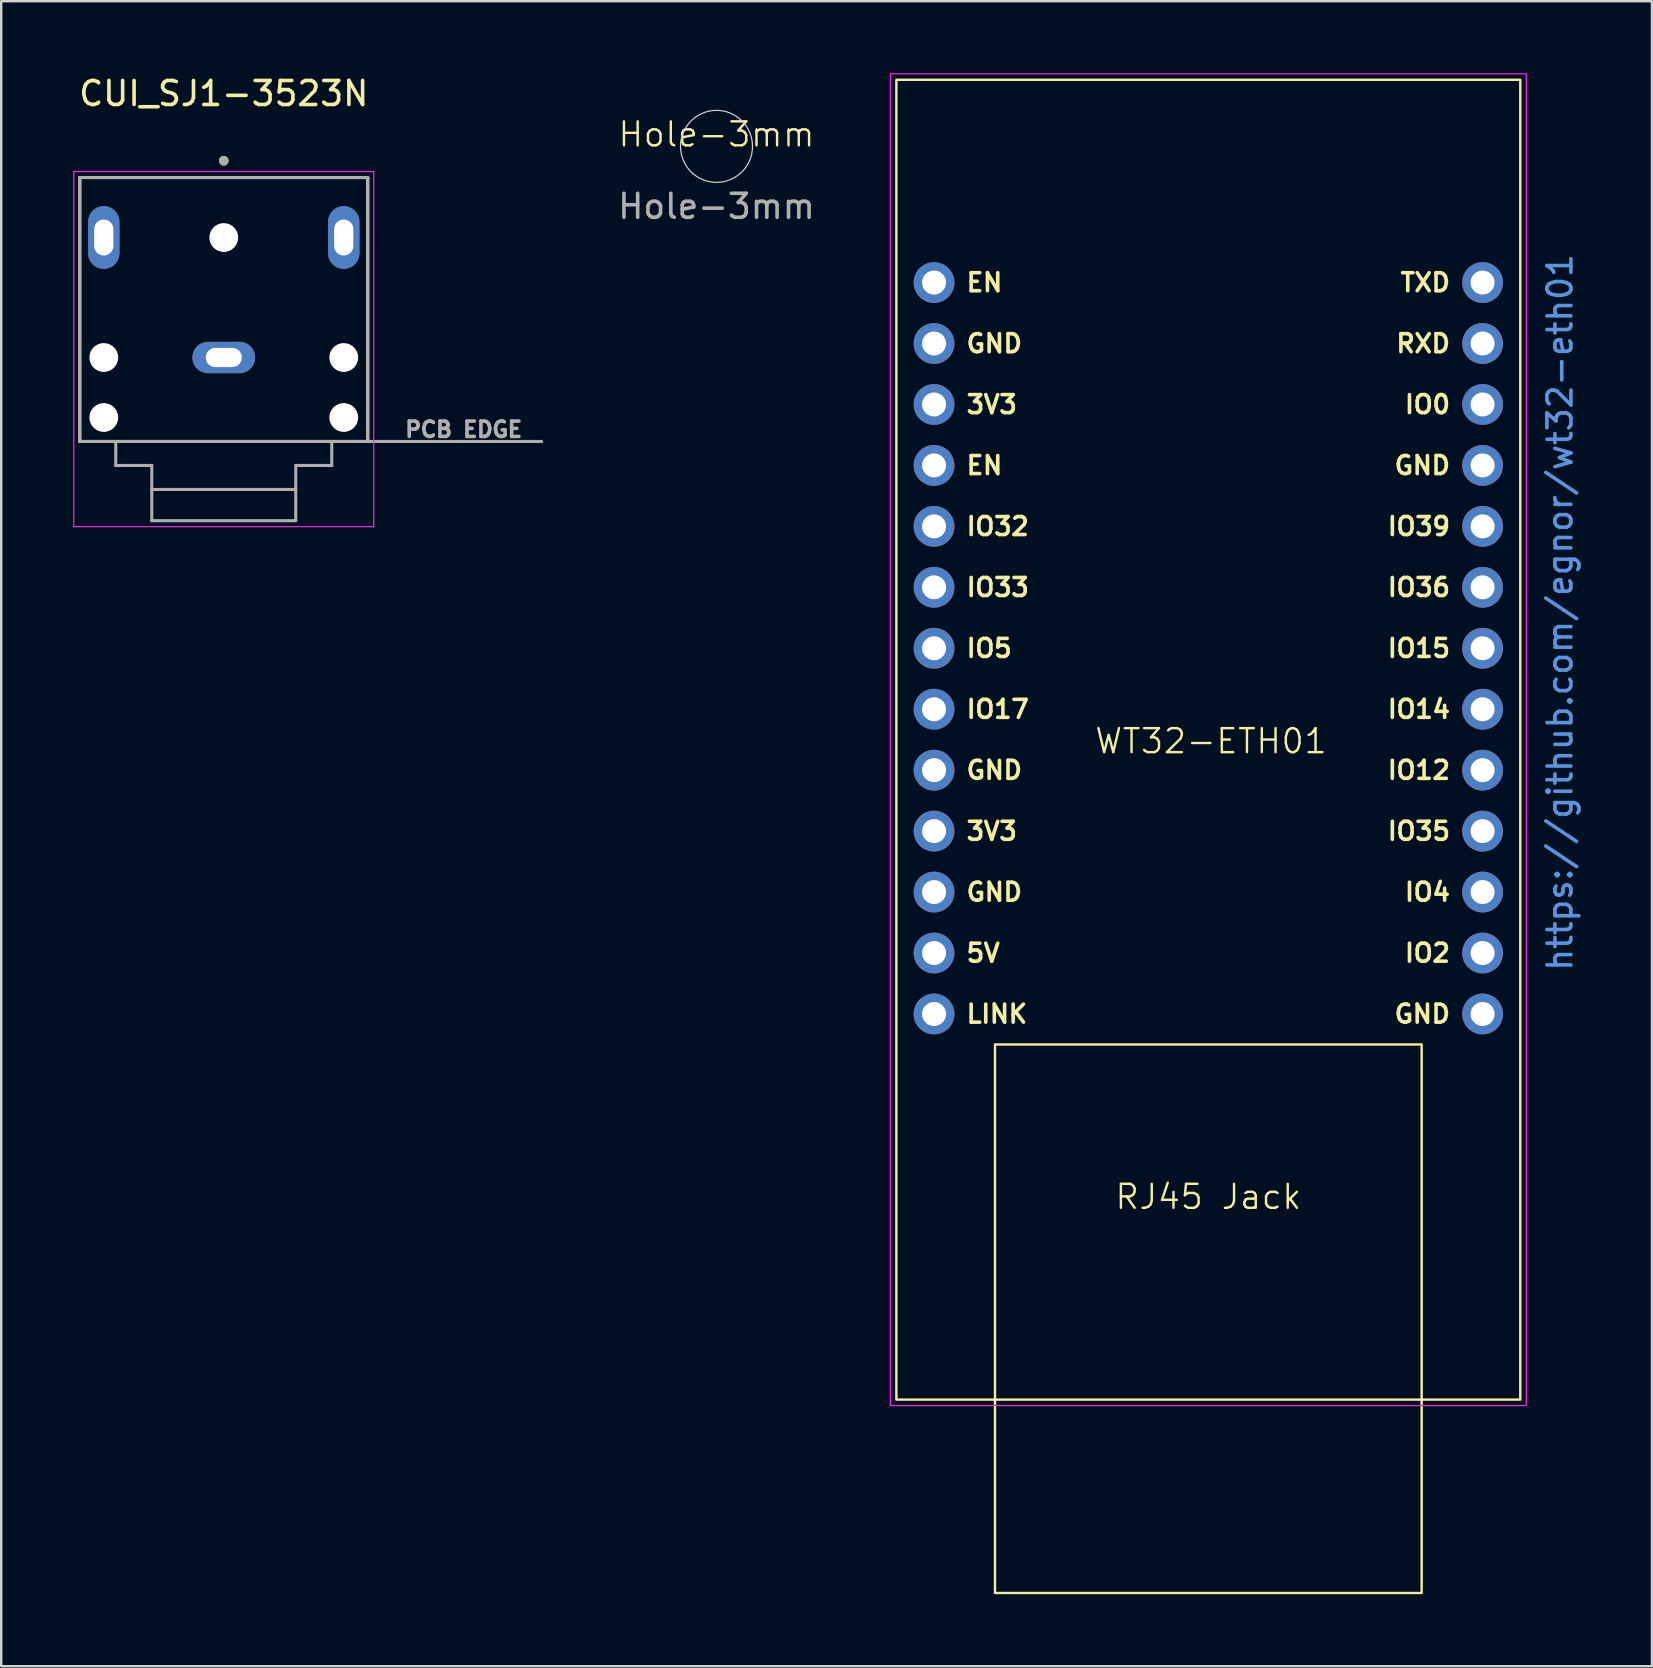
<source format=kicad_pcb>
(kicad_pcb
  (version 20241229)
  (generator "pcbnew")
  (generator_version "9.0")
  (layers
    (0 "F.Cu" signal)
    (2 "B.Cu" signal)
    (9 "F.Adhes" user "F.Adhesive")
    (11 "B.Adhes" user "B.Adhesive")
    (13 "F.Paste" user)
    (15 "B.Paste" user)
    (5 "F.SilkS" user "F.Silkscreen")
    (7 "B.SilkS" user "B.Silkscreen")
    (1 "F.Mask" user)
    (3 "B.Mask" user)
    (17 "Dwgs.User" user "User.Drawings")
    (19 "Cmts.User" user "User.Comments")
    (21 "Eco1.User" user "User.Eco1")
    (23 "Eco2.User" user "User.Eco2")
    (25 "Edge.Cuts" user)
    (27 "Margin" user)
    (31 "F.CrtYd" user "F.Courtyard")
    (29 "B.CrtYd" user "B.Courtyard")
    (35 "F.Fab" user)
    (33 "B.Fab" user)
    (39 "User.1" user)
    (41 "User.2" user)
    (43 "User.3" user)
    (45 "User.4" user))
  (footprint "CUI_SJ1-3523N"
    (layer "F.Cu")
    (at 6.275 11.848)
    (property "Reference" "CUI_SJ1-3523N" (at 0 -11 0) (layer "F.SilkS") (effects (font (size 1 1) (thickness 0.15))))
    (attr through_hole)
    (fp_line (start -6 -7.5) (end -6 3.5) (stroke (width 0.127) (type solid)) (layer "F.SilkS"))
    (fp_line (start -6 -7.5) (end 6 -7.5) (stroke (width 0.127) (type solid)) (layer "F.SilkS"))
    (fp_line (start -6 3.5) (end 6 3.5) (stroke (width 0.127) (type solid)) (layer "F.SilkS"))
    (fp_line (start 6 -7.5) (end 6 3.5) (stroke (width 0.127) (type solid)) (layer "F.SilkS"))
    (fp_circle (center 0 -8.2) (end 0.1 -8.2) (stroke (width 0.2) (type solid)) (fill no) (layer "F.SilkS"))
    (fp_line (start -6.25 -7.75) (end -6.25 7.05) (stroke (width 0.05) (type solid)) (layer "F.CrtYd"))
    (fp_line (start -6.25 7.05) (end 6.25 7.05) (stroke (width 0.05) (type solid)) (layer "F.CrtYd"))
    (fp_line (start 6.25 -7.75) (end -6.25 -7.75) (stroke (width 0.05) (type solid)) (layer "F.CrtYd"))
    (fp_line (start 6.25 7.05) (end 6.25 -7.75) (stroke (width 0.05) (type solid)) (layer "F.CrtYd"))
    (fp_line (start -6 -7.5) (end -6 3.5) (stroke (width 0.127) (type solid)) (layer "F.Fab"))
    (fp_line (start -6 -7.5) (end 6 -7.5) (stroke (width 0.127) (type solid)) (layer "F.Fab"))
    (fp_line (start -6 3.5) (end -4.5 3.5) (stroke (width 0.127) (type solid)) (layer "F.Fab"))
    (fp_line (start -4.5 3.5) (end -4.5 4.5) (stroke (width 0.127) (type solid)) (layer "F.Fab"))
    (fp_line (start -4.5 3.5) (end 4.5 3.5) (stroke (width 0.127) (type solid)) (layer "F.Fab"))
    (fp_line (start -4.5 4.5) (end -3 4.5) (stroke (width 0.127) (type solid)) (layer "F.Fab"))
    (fp_line (start -3 4.5) (end -3 5.5) (stroke (width 0.127) (type solid)) (layer "F.Fab"))
    (fp_line (start -3 5.5) (end -3 6.8) (stroke (width 0.127) (type solid)) (layer "F.Fab"))
    (fp_line (start -3 5.5) (end 3 5.5) (stroke (width 0.127) (type solid)) (layer "F.Fab"))
    (fp_line (start -3 6.8) (end 3 6.8) (stroke (width 0.127) (type solid)) (layer "F.Fab"))
    (fp_line (start 3 4.5) (end 4.5 4.5) (stroke (width 0.127) (type solid)) (layer "F.Fab"))
    (fp_line (start 3 5.5) (end 3 4.5) (stroke (width 0.127) (type solid)) (layer "F.Fab"))
    (fp_line (start 3 6.8) (end 3 5.5) (stroke (width 0.127) (type solid)) (layer "F.Fab"))
    (fp_line (start 4.5 3.5) (end 6 3.5) (stroke (width 0.127) (type solid)) (layer "F.Fab"))
    (fp_line (start 4.5 4.5) (end 4.5 3.5) (stroke (width 0.127) (type solid)) (layer "F.Fab"))
    (fp_line (start 6 -7.5) (end 6 3.5) (stroke (width 0.127) (type solid)) (layer "F.Fab"))
    (fp_line (start 6 3.5) (end 13.25 3.5) (stroke (width 0.127) (type solid)) (layer "F.Fab"))
    (fp_circle (center 0 -8.2) (end 0.1 -8.2) (stroke (width 0.2) (type solid)) (fill no) (layer "F.Fab"))
    (fp_text user "PCB EDGE" (at 10 3 0) (layer "F.Fab") (effects (font (size 0.64 0.64) (thickness 0.15))))
    (pad "" np_thru_hole circle (at -5 0) (size 1.2 1.2) (drill 1.2) (layers "*.Cu" "*.Mask"))
    (pad "" np_thru_hole circle (at -5 2.5) (size 1.2 1.2) (drill 1.2) (layers "*.Cu" "*.Mask"))
    (pad "" np_thru_hole circle (at 0 -5) (size 1.2 1.2) (drill 1.2) (layers "*.Cu" "*.Mask"))
    (pad "" np_thru_hole circle (at 5 0) (size 1.2 1.2) (drill 1.2) (layers "*.Cu" "*.Mask"))
    (pad "" np_thru_hole circle (at 5 2.5) (size 1.2 1.2) (drill 1.2) (layers "*.Cu" "*.Mask"))
    (pad "1" thru_hole oval (at 0 0) (size 2.616 1.308) (drill oval 1.5 0.8) (layers "*.Cu" "*.Mask"))
    (pad "2" thru_hole oval (at 5 -5) (size 1.308 2.616) (drill oval 0.8 1.5) (layers "*.Cu" "*.Mask"))
    (pad "3" thru_hole oval (at -5 -5) (size 1.308 2.616) (drill oval 0.8 1.5) (layers "*.Cu" "*.Mask")))
  (footprint "Hole-3mm"
    (layer "F.Cu")
    (at 26.809 3.05)
    (property "Reference" "Hole-3mm" (at 0 -0.5 0) (unlocked yes) (layer "F.SilkS") (effects (font (size 1 1) (thickness 0.1))))
    (attr smd)
    (fp_circle (center 0 0) (end 1.5 0) (stroke (width 0.05) (type solid)) (fill no) (layer "Edge.Cuts"))
    (fp_circle (center 0 0) (end 3 0) (stroke (width 0.1) (type solid)) (fill no) (layer "Margin"))
    (fp_text user "${REFERENCE}" (at 0 2.5 0) (unlocked yes) (layer "F.Fab") (effects (font (size 1 1) (thickness 0.15)))))
  (footprint "WT32-ETH01"
    (layer "F.Cu")
    (at 47.304 27.335)
    (property "Reference" "WT32-ETH01" (at 0.11 0.5 0) (unlocked yes) (layer "F.SilkS") (effects (font (size 1 1) (thickness 0.1))))
    (attr smd)
    (fp_rect (start -13 -27.06) (end 13 27.94) (stroke (width 0.1) (type default)) (fill no) (layer "F.SilkS"))
    (fp_rect (start -8.89 13.14) (end 8.89 36) (stroke (width 0.1) (type default)) (fill no) (layer "F.SilkS"))
    (fp_rect (start -13.25 -27.31) (end 13.25 28.19) (stroke (width 0.05) (type default)) (fill no) (layer "F.CrtYd"))
    (fp_text user "TXD" (at 10.16 -18.61 0) (unlocked yes) (layer "F.SilkS") (effects (font (size 0.75 0.75) (thickness 0.15) (bold yes)) (justify right)))
    (fp_text user "GND" (at 10.16 -10.99 0) (unlocked yes) (layer "F.SilkS") (effects (font (size 0.75 0.75) (thickness 0.15) (bold yes)) (justify right)))
    (fp_text user "IO17" (at -10.16 -0.83 0) (unlocked yes) (layer "F.SilkS") (effects (font (size 0.75 0.75) (thickness 0.15) (bold yes)) (justify left)))
    (fp_text user "IO4" (at 10.16 6.79 0) (unlocked yes) (layer "F.SilkS") (effects (font (size 0.75 0.75) (thickness 0.15) (bold yes)) (justify right)))
    (fp_text user "IO0" (at 10.16 -13.53 0) (unlocked yes) (layer "F.SilkS") (effects (font (size 0.75 0.75) (thickness 0.15) (bold yes)) (justify right)))
    (fp_text user "LINK" (at -10.16 11.87 0) (unlocked yes) (layer "F.SilkS") (effects (font (size 0.75 0.75) (thickness 0.15) (bold yes)) (justify left)))
    (fp_text user "RXD" (at 10.16 -16.07 0) (unlocked yes) (layer "F.SilkS") (effects (font (size 0.75 0.75) (thickness 0.15) (bold yes)) (justify right)))
    (fp_text user "IO5" (at -10.16 -3.37 0) (unlocked yes) (layer "F.SilkS") (effects (font (size 0.75 0.75) (thickness 0.15) (bold yes)) (justify left)))
    (fp_text user "IO33" (at -10.16 -5.91 0) (unlocked yes) (layer "F.SilkS") (effects (font (size 0.75 0.75) (thickness 0.15) (bold yes)) (justify left)))
    (fp_text user "GND" (at 10.16 11.87 0) (unlocked yes) (layer "F.SilkS") (effects (font (size 0.75 0.75) (thickness 0.15) (bold yes)) (justify right)))
    (fp_text user "IO2" (at 10.16 9.33 0) (unlocked yes) (layer "F.SilkS") (effects (font (size 0.75 0.75) (thickness 0.15) (bold yes)) (justify right)))
    (fp_text user "GND" (at -10.16 1.71 0) (unlocked yes) (layer "F.SilkS") (effects (font (size 0.75 0.75) (thickness 0.15) (bold yes)) (justify left)))
    (fp_text user "IO12" (at 10.16 1.71 0) (unlocked yes) (layer "F.SilkS") (effects (font (size 0.75 0.75) (thickness 0.15) (bold yes)) (justify right)))
    (fp_text user "IO39" (at 10.16 -8.45 0) (unlocked yes) (layer "F.SilkS") (effects (font (size 0.75 0.75) (thickness 0.15) (bold yes)) (justify right)))
    (fp_text user "5V" (at -10.16 9.33 0) (unlocked yes) (layer "F.SilkS") (effects (font (size 0.75 0.75) (thickness 0.15) (bold yes)) (justify left)))
    (fp_text user "IO35" (at 10.16 4.25 0) (unlocked yes) (layer "F.SilkS") (effects (font (size 0.75 0.75) (thickness 0.15) (bold yes)) (justify right)))
    (fp_text user "IO36" (at 10.16 -5.91 0) (unlocked yes) (layer "F.SilkS") (effects (font (size 0.75 0.75) (thickness 0.15) (bold yes)) (justify right)))
    (fp_text user "GND" (at -10.16 6.79 0) (unlocked yes) (layer "F.SilkS") (effects (font (size 0.75 0.75) (thickness 0.15) (bold yes)) (justify left)))
    (fp_text user "EN" (at -10.16 -18.61 0) (unlocked yes) (layer "F.SilkS") (effects (font (size 0.75 0.75) (thickness 0.15) (bold yes)) (justify left)))
    (fp_text user "3V3" (at -10.16 -13.53 0) (unlocked yes) (layer "F.SilkS") (effects (font (size 0.75 0.75) (thickness 0.15) (bold yes)) (justify left)))
    (fp_text user "3V3" (at -10.16 4.25 0) (unlocked yes) (layer "F.SilkS") (effects (font (size 0.75 0.75) (thickness 0.15) (bold yes)) (justify left)))
    (fp_text user "IO32" (at -10.16 -8.45 0) (unlocked yes) (layer "F.SilkS") (effects (font (size 0.75 0.75) (thickness 0.15) (bold yes)) (justify left)))
    (fp_text user "EN" (at -10.16 -10.99 0) (unlocked yes) (layer "F.SilkS") (effects (font (size 0.75 0.75) (thickness 0.15) (bold yes)) (justify left)))
    (fp_text user "GND" (at -10.16 -16.07 0) (unlocked yes) (layer "F.SilkS") (effects (font (size 0.75 0.75) (thickness 0.15) (bold yes)) (justify left)))
    (fp_text user "IO15" (at 10.16 -3.37 0) (unlocked yes) (layer "F.SilkS") (effects (font (size 0.75 0.75) (thickness 0.15) (bold yes)) (justify right)))
    (fp_text user "IO14" (at 10.16 -0.83 0) (unlocked yes) (layer "F.SilkS") (effects (font (size 0.75 0.75) (thickness 0.15) (bold yes)) (justify right)))
    (fp_text user "RJ45 Jack" (at 0 19.49 0) (unlocked yes) (layer "F.SilkS") (effects (font (size 1 1) (thickness 0.1))))
    (fp_text user "https://github.com/egnor/wt32-eth01" (at 15.24 10.16 90) (unlocked yes) (layer "Cmts.User") (effects (font (size 1 1) (thickness 0.15)) (justify left bottom)))
    (pad "1" thru_hole circle (at -11.43 -18.61) (size 1.7 1.7) (drill 1) (layers "*.Cu" "*.Mask"))
    (pad "2" thru_hole circle (at -11.43 -16.07) (size 1.7 1.7) (drill 1) (layers "*.Cu" "*.Mask"))
    (pad "3" thru_hole circle (at -11.43 -13.53) (size 1.7 1.7) (drill 1) (layers "*.Cu" "*.Mask"))
    (pad "4" thru_hole circle (at -11.43 -10.99) (size 1.7 1.7) (drill 1) (layers "*.Cu" "*.Mask"))
    (pad "5" thru_hole circle (at -11.43 -8.45) (size 1.7 1.7) (drill 1) (layers "*.Cu" "*.Mask"))
    (pad "6" thru_hole circle (at -11.43 -5.91) (size 1.7 1.7) (drill 1) (layers "*.Cu" "*.Mask"))
    (pad "7" thru_hole circle (at -11.43 -3.37) (size 1.7 1.7) (drill 1) (layers "*.Cu" "*.Mask"))
    (pad "8" thru_hole circle (at -11.43 -0.83) (size 1.7 1.7) (drill 1) (layers "*.Cu" "*.Mask"))
    (pad "9" thru_hole circle (at -11.43 1.71) (size 1.7 1.7) (drill 1) (layers "*.Cu" "*.Mask"))
    (pad "10" thru_hole circle (at -11.43 4.25) (size 1.7 1.7) (drill 1) (layers "*.Cu" "*.Mask"))
    (pad "11" thru_hole circle (at -11.43 6.79) (size 1.7 1.7) (drill 1) (layers "*.Cu" "*.Mask"))
    (pad "12" thru_hole circle (at -11.43 9.33) (size 1.7 1.7) (drill 1) (layers "*.Cu" "*.Mask"))
    (pad "13" thru_hole circle (at -11.43 11.87) (size 1.7 1.7) (drill 1) (layers "*.Cu" "*.Mask"))
    (pad "14" thru_hole circle (at 11.43 11.87) (size 1.7 1.7) (drill 1) (layers "*.Cu" "*.Mask"))
    (pad "15" thru_hole circle (at 11.43 9.33) (size 1.7 1.7) (drill 1) (layers "*.Cu" "*.Mask"))
    (pad "16" thru_hole circle (at 11.43 6.79) (size 1.7 1.7) (drill 1) (layers "*.Cu" "*.Mask"))
    (pad "17" thru_hole circle (at 11.43 4.25) (size 1.7 1.7) (drill 1) (layers "*.Cu" "*.Mask"))
    (pad "18" thru_hole circle (at 11.43 1.71) (size 1.7 1.7) (drill 1) (layers "*.Cu" "*.Mask"))
    (pad "19" thru_hole circle (at 11.43 -0.83) (size 1.7 1.7) (drill 1) (layers "*.Cu" "*.Mask"))
    (pad "20" thru_hole circle (at 11.43 -3.37) (size 1.7 1.7) (drill 1) (layers "*.Cu" "*.Mask"))
    (pad "21" thru_hole circle (at 11.43 -5.91) (size 1.7 1.7) (drill 1) (layers "*.Cu" "*.Mask"))
    (pad "22" thru_hole circle (at 11.43 -8.45) (size 1.7 1.7) (drill 1) (layers "*.Cu" "*.Mask"))
    (pad "23" thru_hole circle (at 11.43 -10.99) (size 1.7 1.7) (drill 1) (layers "*.Cu" "*.Mask"))
    (pad "24" thru_hole circle (at 11.43 -13.53) (size 1.7 1.7) (drill 1) (layers "*.Cu" "*.Mask"))
    (pad "25" thru_hole circle (at 11.43 -16.07) (size 1.7 1.7) (drill 1) (layers "*.Cu" "*.Mask"))
    (pad "26" thru_hole circle (at 11.43 -18.61) (size 1.7 1.7) (drill 1) (layers "*.Cu" "*.Mask")))
  (gr_rect
    (start -3 -3)
    (end 65.79 66.385)
    (stroke (width 0.1) (type default))
    (fill no)
    (layer "Edge.Cuts")))
</source>
